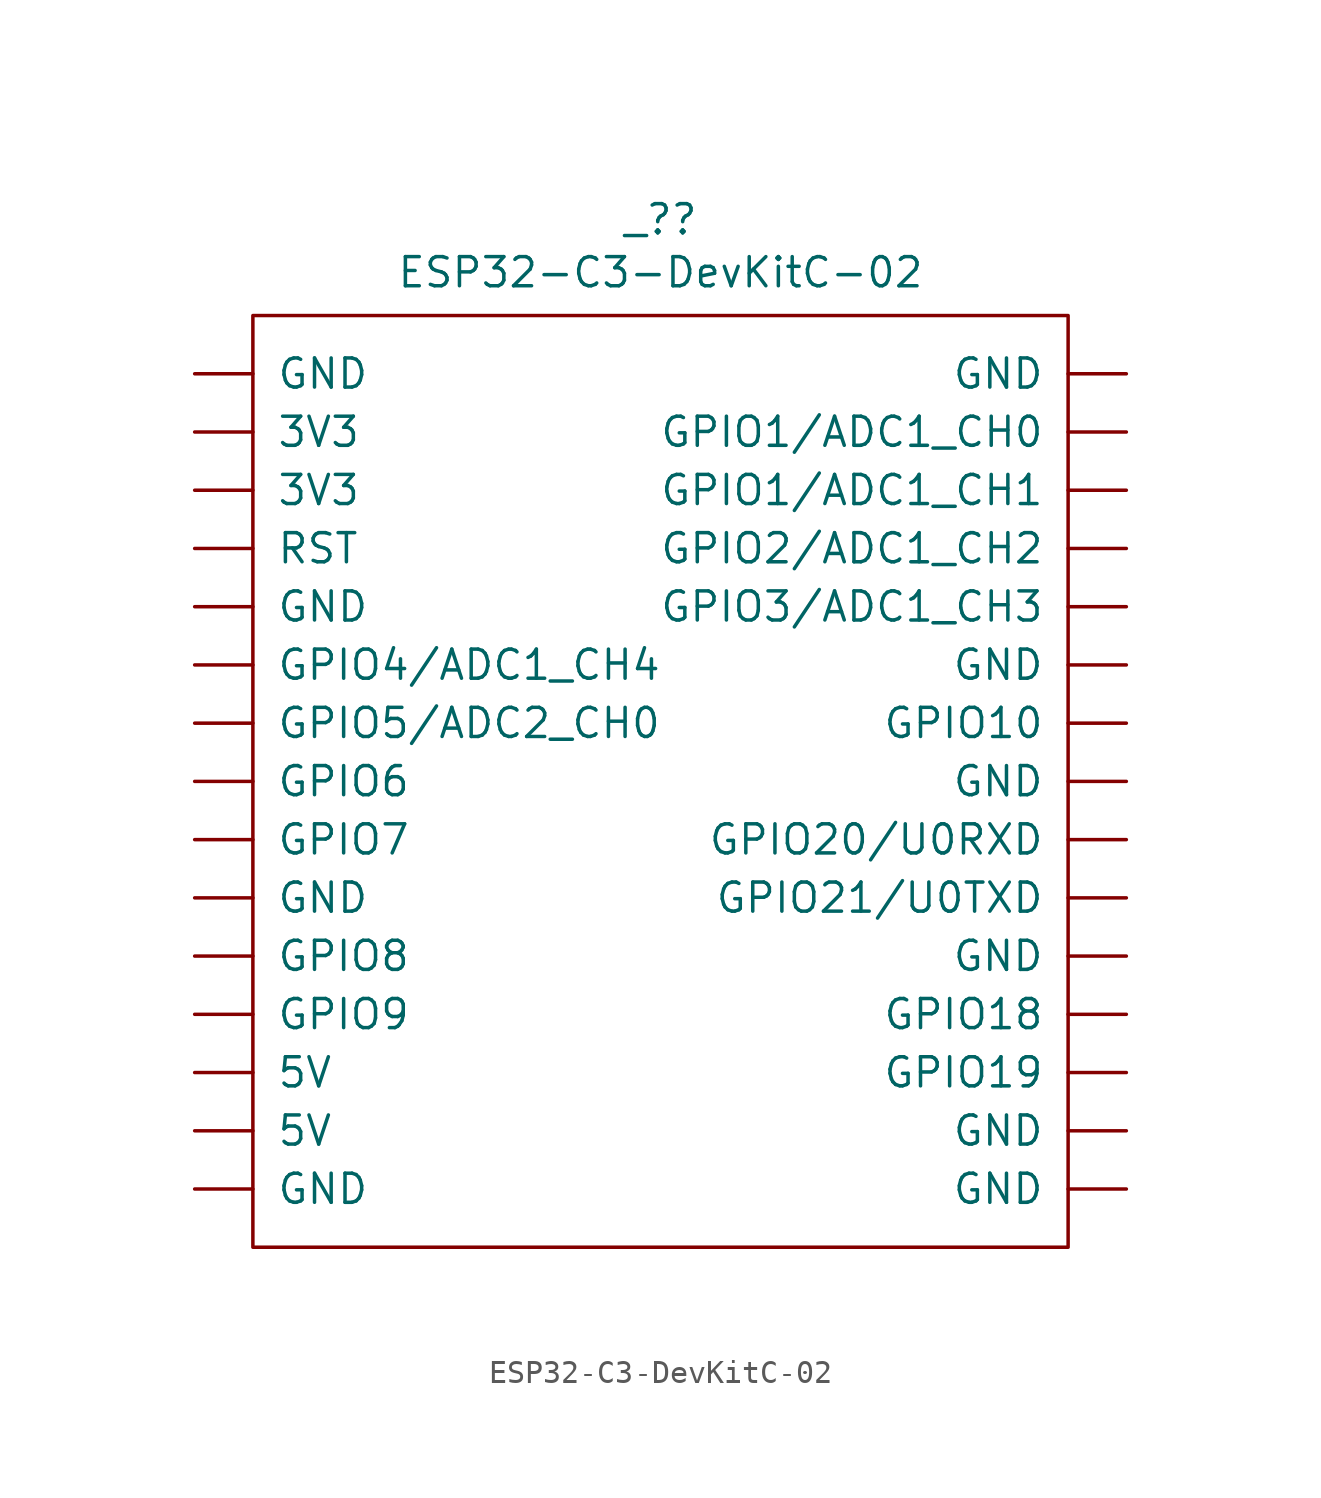
<source format=kicad_sym>
(kicad_symbol_lib
  (version 20211014)
  (generator kicad_symbol_editor)
  (symbol "ESP32-C3-DevKitC-02"
    (pin_names
      (offset 1.016))
    (property "Reference" "_?"
      (at 0 44.831 0)
      (effects (font (size 1.27 1.27))))
    (property "Value" "ESP32-C3-DevKitC-02"
      (at 0 42.52 0)
      (effects (font (size 1.27 1.27))))
    (symbol "ESP32-C3-DevKitC-02_0_1"
      (rectangle (start -17.78 40.64) (end 17.78 0) (stroke (width 0) (type default) (color 0 0 0 0)) (fill (type none))))
    (symbol "ESP32-C3-DevKitC-02_1_1"
      (pin power_in line (at -20.32 33.02 0) (length 2.54) (name "3V3" (effects (font (size 1.27 1.27)))) (number "~" (effects (font (size 1.27 1.27)))))
      (pin power_in line (at -20.32 35.56 0) (length 2.54) (name "3V3" (effects (font (size 1.27 1.27)))) (number "~" (effects (font (size 1.27 1.27)))))
      (pin power_in line (at -20.32 5.08 0) (length 2.54) (name "5V" (effects (font (size 1.27 1.27)))) (number "~" (effects (font (size 1.27 1.27)))))
      (pin power_in line (at -20.32 7.62 0) (length 2.54) (name "5V" (effects (font (size 1.27 1.27)))) (number "~" (effects (font (size 1.27 1.27)))))
      (pin power_in line (at -20.32 2.54 0) (length 2.54) (name "GND" (effects (font (size 1.27 1.27)))) (number "~" (effects (font (size 1.27 1.27)))))
      (pin power_in line (at -20.32 15.24 0) (length 2.54) (name "GND" (effects (font (size 1.27 1.27)))) (number "~" (effects (font (size 1.27 1.27)))))
      (pin power_in line (at -20.32 27.94 0) (length 2.54) (name "GND" (effects (font (size 1.27 1.27)))) (number "~" (effects (font (size 1.27 1.27)))))
      (pin power_in line (at -20.32 38.1 0) (length 2.54) (name "GND" (effects (font (size 1.27 1.27)))) (number "~" (effects (font (size 1.27 1.27)))))
      (pin power_in line (at 20.32 2.54 180) (length 2.54) (name "GND" (effects (font (size 1.27 1.27)))) (number "~" (effects (font (size 1.27 1.27)))))
      (pin power_in line (at 20.32 5.08 180) (length 2.54) (name "GND" (effects (font (size 1.27 1.27)))) (number "~" (effects (font (size 1.27 1.27)))))
      (pin power_in line (at 20.32 12.7 180) (length 2.54) (name "GND" (effects (font (size 1.27 1.27)))) (number "~" (effects (font (size 1.27 1.27)))))
      (pin power_in line (at 20.32 20.32 180) (length 2.54) (name "GND" (effects (font (size 1.27 1.27)))) (number "~" (effects (font (size 1.27 1.27)))))
      (pin power_in line (at 20.32 25.4 180) (length 2.54) (name "GND" (effects (font (size 1.27 1.27)))) (number "~" (effects (font (size 1.27 1.27)))))
      (pin power_in line (at 20.32 38.1 180) (length 2.54) (name "GND" (effects (font (size 1.27 1.27)))) (number "~" (effects (font (size 1.27 1.27)))))
      (pin bidirectional line (at 20.32 35.56 180) (length 2.54) (name "GPIO1/ADC1_CH0" (effects (font (size 1.27 1.27)))) (number "~" (effects (font (size 1.27 1.27)))))
      (pin bidirectional line (at 20.32 33.02 180) (length 2.54) (name "GPIO1/ADC1_CH1" (effects (font (size 1.27 1.27)))) (number "~" (effects (font (size 1.27 1.27)))))
      (pin bidirectional line (at 20.32 22.86 180) (length 2.54) (name "GPIO10" (effects (font (size 1.27 1.27)))) (number "~" (effects (font (size 1.27 1.27)))))
      (pin bidirectional line (at 20.32 10.16 180) (length 2.54) (name "GPIO18" (effects (font (size 1.27 1.27)))) (number "~" (effects (font (size 1.27 1.27)))))
      (pin bidirectional line (at 20.32 7.62 180) (length 2.54) (name "GPIO19" (effects (font (size 1.27 1.27)))) (number "~" (effects (font (size 1.27 1.27)))))
      (pin bidirectional line (at 20.32 30.48 180) (length 2.54) (name "GPIO2/ADC1_CH2" (effects (font (size 1.27 1.27)))) (number "~" (effects (font (size 1.27 1.27)))))
      (pin bidirectional line (at 20.32 17.78 180) (length 2.54) (name "GPIO20/U0RXD" (effects (font (size 1.27 1.27)))) (number "~" (effects (font (size 1.27 1.27)))))
      (pin bidirectional line (at 20.32 15.24 180) (length 2.54) (name "GPIO21/U0TXD" (effects (font (size 1.27 1.27)))) (number "~" (effects (font (size 1.27 1.27)))))
      (pin bidirectional line (at 20.32 27.94 180) (length 2.54) (name "GPIO3/ADC1_CH3" (effects (font (size 1.27 1.27)))) (number "~" (effects (font (size 1.27 1.27)))))
      (pin bidirectional line (at -20.32 25.4 0) (length 2.54) (name "GPIO4/ADC1_CH4" (effects (font (size 1.27 1.27)))) (number "~" (effects (font (size 1.27 1.27)))))
      (pin bidirectional line (at -20.32 22.86 0) (length 2.54) (name "GPIO5/ADC2_CH0" (effects (font (size 1.27 1.27)))) (number "~" (effects (font (size 1.27 1.27)))))
      (pin bidirectional line (at -20.32 20.32 0) (length 2.54) (name "GPIO6" (effects (font (size 1.27 1.27)))) (number "~" (effects (font (size 1.27 1.27)))))
      (pin bidirectional line (at -20.32 17.78 0) (length 2.54) (name "GPIO7" (effects (font (size 1.27 1.27)))) (number "~" (effects (font (size 1.27 1.27)))))
      (pin bidirectional line (at -20.32 12.7 0) (length 2.54) (name "GPIO8" (effects (font (size 1.27 1.27)))) (number "~" (effects (font (size 1.27 1.27)))))
      (pin bidirectional line (at -20.32 10.16 0) (length 2.54) (name "GPIO9" (effects (font (size 1.27 1.27)))) (number "~" (effects (font (size 1.27 1.27)))))
      (pin input line (at -20.32 30.48 0) (length 2.54) (name "RST" (effects (font (size 1.27 1.27)))) (number "~" (effects (font (size 1.27 1.27))))))))
</source>
